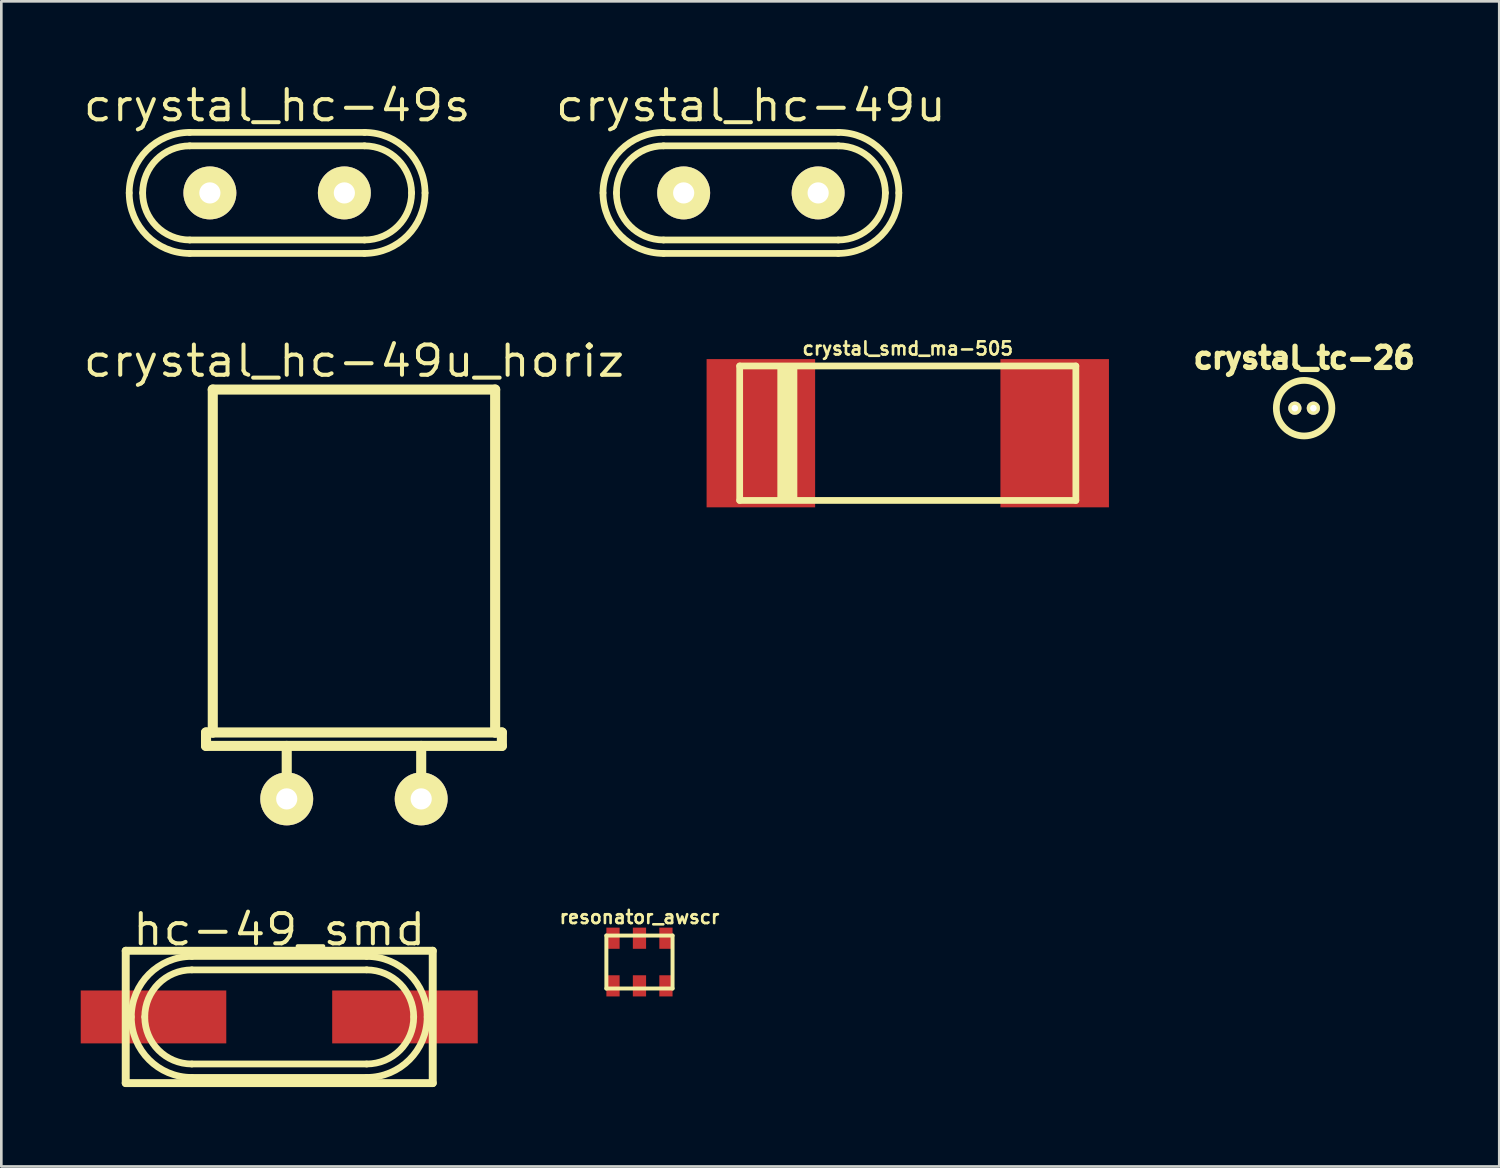
<source format=kicad_pcb>
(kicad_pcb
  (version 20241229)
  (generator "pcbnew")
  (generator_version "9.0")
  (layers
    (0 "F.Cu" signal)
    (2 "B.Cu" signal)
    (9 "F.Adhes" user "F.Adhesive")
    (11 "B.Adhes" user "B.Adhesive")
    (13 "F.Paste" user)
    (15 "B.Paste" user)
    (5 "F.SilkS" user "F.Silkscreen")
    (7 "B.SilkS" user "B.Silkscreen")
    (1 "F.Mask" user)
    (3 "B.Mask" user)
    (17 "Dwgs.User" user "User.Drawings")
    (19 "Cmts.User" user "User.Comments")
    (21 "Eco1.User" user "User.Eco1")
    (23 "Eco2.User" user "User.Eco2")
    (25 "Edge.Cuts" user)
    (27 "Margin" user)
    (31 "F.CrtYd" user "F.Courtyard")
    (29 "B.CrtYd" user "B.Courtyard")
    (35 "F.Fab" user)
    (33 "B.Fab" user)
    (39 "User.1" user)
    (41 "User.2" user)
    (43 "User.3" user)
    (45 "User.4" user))
  (footprint "crystal_hc-49s"
    (layer "F.Cu")
    (at 7.419 4.238)
    (property "Reference" "crystal_hc-49s" (at 0 -3.302 0) (layer "F.SilkS") (effects (font (size 1.143 1.27) (thickness 0.152))))
    (attr through_hole)
    (fp_line (start -3.302 -2.286) (end 3.302 -2.286) (stroke (width 0.254) (type solid)) (layer "F.SilkS"))
    (fp_line (start -3.302 1.778) (end 3.302 1.778) (stroke (width 0.254) (type solid)) (layer "F.SilkS"))
    (fp_line (start 3.302 -1.778) (end -3.302 -1.778) (stroke (width 0.254) (type solid)) (layer "F.SilkS"))
    (fp_line (start 3.302 2.286) (end -3.302 2.286) (stroke (width 0.254) (type solid)) (layer "F.SilkS"))
    (fp_arc (start -5.588 0) (mid -4.918446 -1.616446) (end -3.302 -2.286) (stroke (width 0.254) (type solid)) (layer "F.SilkS"))
    (fp_arc (start -5.08 0) (mid -4.559236 -1.257236) (end -3.302 -1.778) (stroke (width 0.254) (type solid)) (layer "F.SilkS"))
    (fp_arc (start -3.302 1.778) (mid -4.559236 1.257236) (end -5.08 0) (stroke (width 0.254) (type solid)) (layer "F.SilkS"))
    (fp_arc (start -3.302 2.286) (mid -4.918446 1.616446) (end -5.588 0) (stroke (width 0.254) (type solid)) (layer "F.SilkS"))
    (fp_arc (start 3.302 -2.286) (mid 4.918446 -1.616446) (end 5.588 0) (stroke (width 0.254) (type solid)) (layer "F.SilkS"))
    (fp_arc (start 3.302 -1.778) (mid 4.559236 -1.257236) (end 5.08 0) (stroke (width 0.254) (type solid)) (layer "F.SilkS"))
    (fp_arc (start 5.08 0) (mid 4.559236 1.257236) (end 3.302 1.778) (stroke (width 0.254) (type solid)) (layer "F.SilkS"))
    (fp_arc (start 5.588 0) (mid 4.918446 1.616446) (end 3.302 2.286) (stroke (width 0.254) (type solid)) (layer "F.SilkS"))
    (pad "1" thru_hole circle (at -2.54 0) (size 1.999 1.999) (drill 0.8) (layers "*.Cu" "*.Mask" "F.SilkS"))
    (pad "2" thru_hole circle (at 2.54 0) (size 1.999 1.999) (drill 0.8) (layers "*.Cu" "*.Mask" "F.SilkS")))
  (footprint "crystal_hc-49u_horiz"
    (layer "F.Cu")
    (at 10.322 19.287)
    (property "Reference" "crystal_hc-49u_horiz" (at 0 -8.7 0) (layer "F.SilkS") (effects (font (size 1.143 1.27) (thickness 0.152))))
    (attr through_hole)
    (fp_line (start -5.588 5.334) (end -5.334 5.334) (stroke (width 0.381) (type solid)) (layer "F.SilkS"))
    (fp_line (start -5.588 5.842) (end -5.588 5.334) (stroke (width 0.381) (type solid)) (layer "F.SilkS"))
    (fp_line (start -5.334 -7.62) (end 5.334 -7.62) (stroke (width 0.381) (type solid)) (layer "F.SilkS"))
    (fp_line (start -5.334 5.334) (end -5.334 -7.62) (stroke (width 0.381) (type solid)) (layer "F.SilkS"))
    (fp_line (start -2.54 7.874) (end -2.54 5.842) (stroke (width 0.381) (type solid)) (layer "F.SilkS"))
    (fp_line (start 2.54 7.874) (end 2.54 5.842) (stroke (width 0.381) (type solid)) (layer "F.SilkS"))
    (fp_line (start 5.334 -7.62) (end 5.334 5.334) (stroke (width 0.381) (type solid)) (layer "F.SilkS"))
    (fp_line (start 5.334 5.334) (end -5.334 5.334) (stroke (width 0.381) (type solid)) (layer "F.SilkS"))
    (fp_line (start 5.334 5.334) (end 5.588 5.334) (stroke (width 0.381) (type solid)) (layer "F.SilkS"))
    (fp_line (start 5.588 5.334) (end 5.588 5.842) (stroke (width 0.381) (type solid)) (layer "F.SilkS"))
    (fp_line (start 5.588 5.842) (end -5.588 5.842) (stroke (width 0.381) (type solid)) (layer "F.SilkS"))
    (pad "1" thru_hole circle (at -2.54 7.844) (size 1.999 1.999) (drill 0.8) (layers "*.Cu" "*.Mask" "F.SilkS"))
    (pad "2" thru_hole circle (at 2.54 7.844) (size 1.999 1.999) (drill 0.8) (layers "*.Cu" "*.Mask" "F.SilkS")))
  (footprint "resonator_awscr"
    (layer "F.Cu")
    (at 21.108 33.294)
    (property "Reference" "resonator_awscr" (at 0 -1.699 0) (layer "F.SilkS") (effects (font (size 0.498 0.498) (thickness 0.099))))
    (attr through_hole)
    (fp_line (start -1.25 -1) (end -1.25 1) (stroke (width 0.15) (type solid)) (layer "F.SilkS"))
    (fp_line (start -1.25 1) (end 1.25 1) (stroke (width 0.15) (type solid)) (layer "F.SilkS"))
    (fp_line (start 1.25 -1) (end -1.25 -1) (stroke (width 0.15) (type solid)) (layer "F.SilkS"))
    (fp_line (start 1.25 1) (end 1.25 -1) (stroke (width 0.15) (type solid)) (layer "F.SilkS"))
    (pad "1" smd rect (at -1 -0.9) (size 0.5 0.8) (layers "F.Cu" "F.Mask" "F.Paste"))
    (pad "1" smd rect (at -1 0.9) (size 0.5 0.8) (layers "F.Cu" "F.Mask" "F.Paste"))
    (pad "2" smd rect (at 0 -0.9) (size 0.5 0.8) (layers "F.Cu" "F.Mask" "F.Paste"))
    (pad "2" smd rect (at 0 0.9) (size 0.5 0.8) (layers "F.Cu" "F.Mask" "F.Paste"))
    (pad "3" smd rect (at 1 -0.9) (size 0.5 0.8) (layers "F.Cu" "F.Mask" "F.Paste"))
    (pad "3" smd rect (at 1 0.9) (size 0.5 0.8) (layers "F.Cu" "F.Mask" "F.Paste")))
  (footprint "crystal_smd_ma-505"
    (layer "F.Cu")
    (at 31.244 13.316)
    (property "Reference" "crystal_smd_ma-505" (at 0 -3.2 0) (layer "F.SilkS") (effects (font (size 0.498 0.498) (thickness 0.099))))
    (attr through_hole)
    (fp_line (start -6.35 -2.54) (end -6.35 2.54) (stroke (width 0.254) (type solid)) (layer "F.SilkS"))
    (fp_line (start -6.35 -2.54) (end 6.35 -2.54) (stroke (width 0.254) (type solid)) (layer "F.SilkS"))
    (fp_line (start -6.35 2.54) (end 6.35 2.54) (stroke (width 0.254) (type solid)) (layer "F.SilkS"))
    (fp_line (start -4.8 2.5) (end -4.8 -2.5) (stroke (width 0.254) (type solid)) (layer "F.SilkS"))
    (fp_line (start -4.7 2.5) (end -4.7 -2.5) (stroke (width 0.254) (type solid)) (layer "F.SilkS"))
    (fp_line (start -4.5 -2.5) (end -4.5 2.5) (stroke (width 0.254) (type solid)) (layer "F.SilkS"))
    (fp_line (start -4.3 2.5) (end -4.3 -2.5) (stroke (width 0.254) (type solid)) (layer "F.SilkS"))
    (fp_line (start 6.35 -2.54) (end 6.35 2.54) (stroke (width 0.254) (type solid)) (layer "F.SilkS"))
    (pad "1" smd rect (at -5.55 0) (size 4.1 5.6) (layers "F.Cu" "F.Mask" "F.Paste"))
    (pad "2" smd rect (at 5.55 0) (size 4.1 5.6) (layers "F.Cu" "F.Mask" "F.Paste")))
  (footprint "hc-49_smd"
    (layer "F.Cu")
    (at 7.499 35.368)
    (property "Reference" "hc-49_smd" (at 0 -3.302 0) (layer "F.SilkS") (effects (font (size 1.143 1.27) (thickness 0.152))))
    (attr through_hole)
    (fp_line (start -5.799 -2.499) (end -5.799 2.499) (stroke (width 0.3) (type solid)) (layer "F.SilkS"))
    (fp_line (start -5.799 2.499) (end 5.799 2.499) (stroke (width 0.3) (type solid)) (layer "F.SilkS"))
    (fp_line (start -3.302 -2.286) (end 3.302 -2.286) (stroke (width 0.254) (type solid)) (layer "F.SilkS"))
    (fp_line (start -3.302 1.778) (end 3.302 1.778) (stroke (width 0.254) (type solid)) (layer "F.SilkS"))
    (fp_line (start 3.302 -1.778) (end -3.302 -1.778) (stroke (width 0.254) (type solid)) (layer "F.SilkS"))
    (fp_line (start 3.302 2.286) (end -3.302 2.286) (stroke (width 0.254) (type solid)) (layer "F.SilkS"))
    (fp_line (start 5.799 -2.499) (end -5.799 -2.499) (stroke (width 0.3) (type solid)) (layer "F.SilkS"))
    (fp_line (start 5.799 2.499) (end 5.799 -2.499) (stroke (width 0.3) (type solid)) (layer "F.SilkS"))
    (fp_arc (start -5.588 0) (mid -4.918446 -1.616446) (end -3.302 -2.286) (stroke (width 0.254) (type solid)) (layer "F.SilkS"))
    (fp_arc (start -5.08 0) (mid -4.559236 -1.257236) (end -3.302 -1.778) (stroke (width 0.254) (type solid)) (layer "F.SilkS"))
    (fp_arc (start -3.302 1.778) (mid -4.559236 1.257236) (end -5.08 0) (stroke (width 0.254) (type solid)) (layer "F.SilkS"))
    (fp_arc (start -3.302 2.286) (mid -4.918446 1.616446) (end -5.588 0) (stroke (width 0.254) (type solid)) (layer "F.SilkS"))
    (fp_arc (start 3.302 -2.286) (mid 4.918446 -1.616446) (end 5.588 0) (stroke (width 0.254) (type solid)) (layer "F.SilkS"))
    (fp_arc (start 3.302 -1.778) (mid 4.559236 -1.257236) (end 5.08 0) (stroke (width 0.254) (type solid)) (layer "F.SilkS"))
    (fp_arc (start 5.08 0) (mid 4.559236 1.257236) (end 3.302 1.778) (stroke (width 0.254) (type solid)) (layer "F.SilkS"))
    (fp_arc (start 5.588 0) (mid 4.918446 1.616446) (end 3.302 2.286) (stroke (width 0.254) (type solid)) (layer "F.SilkS"))
    (pad "1" smd rect (at -4.75 0) (size 5.499 1.999) (layers "F.Cu" "F.Mask" "F.Paste"))
    (pad "2" smd rect (at 4.75 0) (size 5.499 1.999) (layers "F.Cu" "F.Mask" "F.Paste")))
  (footprint "crystal_tc-26"
    (layer "F.Cu")
    (at 46.217 12.37)
    (property "Reference" "crystal_tc-26" (at 0 -1.9 0) (layer "F.SilkS") (effects (font (size 0.8 0.8) (thickness 0.2))))
    (attr through_hole)
    (fp_circle (center 0 0) (end -1.05 0) (stroke (width 0.254) (type solid)) (fill no) (layer "F.SilkS"))
    (pad "1" thru_hole oval (at -0.35 0) (size 0.5 0.5) (drill 0.25) (layers "*.Cu" "*.Mask" "F.SilkS"))
    (pad "2" thru_hole oval (at 0.35 0) (size 0.5 0.5) (drill 0.25) (layers "*.Cu" "*.Mask" "F.SilkS")))
  (footprint "crystal_hc-49u"
    (layer "F.Cu")
    (at 25.318 4.238)
    (property "Reference" "crystal_hc-49u" (at 0 -3.302 0) (layer "F.SilkS") (effects (font (size 1.143 1.27) (thickness 0.152))))
    (attr through_hole)
    (fp_line (start -3.302 -2.286) (end 3.302 -2.286) (stroke (width 0.254) (type solid)) (layer "F.SilkS"))
    (fp_line (start -3.302 1.778) (end 3.302 1.778) (stroke (width 0.254) (type solid)) (layer "F.SilkS"))
    (fp_line (start 3.302 -1.778) (end -3.302 -1.778) (stroke (width 0.254) (type solid)) (layer "F.SilkS"))
    (fp_line (start 3.302 2.286) (end -3.302 2.286) (stroke (width 0.254) (type solid)) (layer "F.SilkS"))
    (fp_arc (start -5.588 0) (mid -4.918446 -1.616446) (end -3.302 -2.286) (stroke (width 0.254) (type solid)) (layer "F.SilkS"))
    (fp_arc (start -5.08 0) (mid -4.559236 -1.257236) (end -3.302 -1.778) (stroke (width 0.254) (type solid)) (layer "F.SilkS"))
    (fp_arc (start -3.302 1.778) (mid -4.559236 1.257236) (end -5.08 0) (stroke (width 0.254) (type solid)) (layer "F.SilkS"))
    (fp_arc (start -3.302 2.286) (mid -4.918446 1.616446) (end -5.588 0) (stroke (width 0.254) (type solid)) (layer "F.SilkS"))
    (fp_arc (start 3.302 -2.286) (mid 4.918446 -1.616446) (end 5.588 0) (stroke (width 0.254) (type solid)) (layer "F.SilkS"))
    (fp_arc (start 3.302 -1.778) (mid 4.559236 -1.257236) (end 5.08 0) (stroke (width 0.254) (type solid)) (layer "F.SilkS"))
    (fp_arc (start 5.08 0) (mid 4.559236 1.257236) (end 3.302 1.778) (stroke (width 0.254) (type solid)) (layer "F.SilkS"))
    (fp_arc (start 5.588 0) (mid 4.918446 1.616446) (end 3.302 2.286) (stroke (width 0.254) (type solid)) (layer "F.SilkS"))
    (pad "1" thru_hole circle (at -2.54 0) (size 1.999 1.999) (drill 0.8) (layers "*.Cu" "*.Mask" "F.SilkS"))
    (pad "2" thru_hole circle (at 2.54 0) (size 1.999 1.999) (drill 0.8) (layers "*.Cu" "*.Mask" "F.SilkS")))
  (gr_rect
    (start -3 -3)
    (end 53.589 41.017)
    (stroke (width 0.1) (type default))
    (fill no)
    (layer "Edge.Cuts")))
</source>
